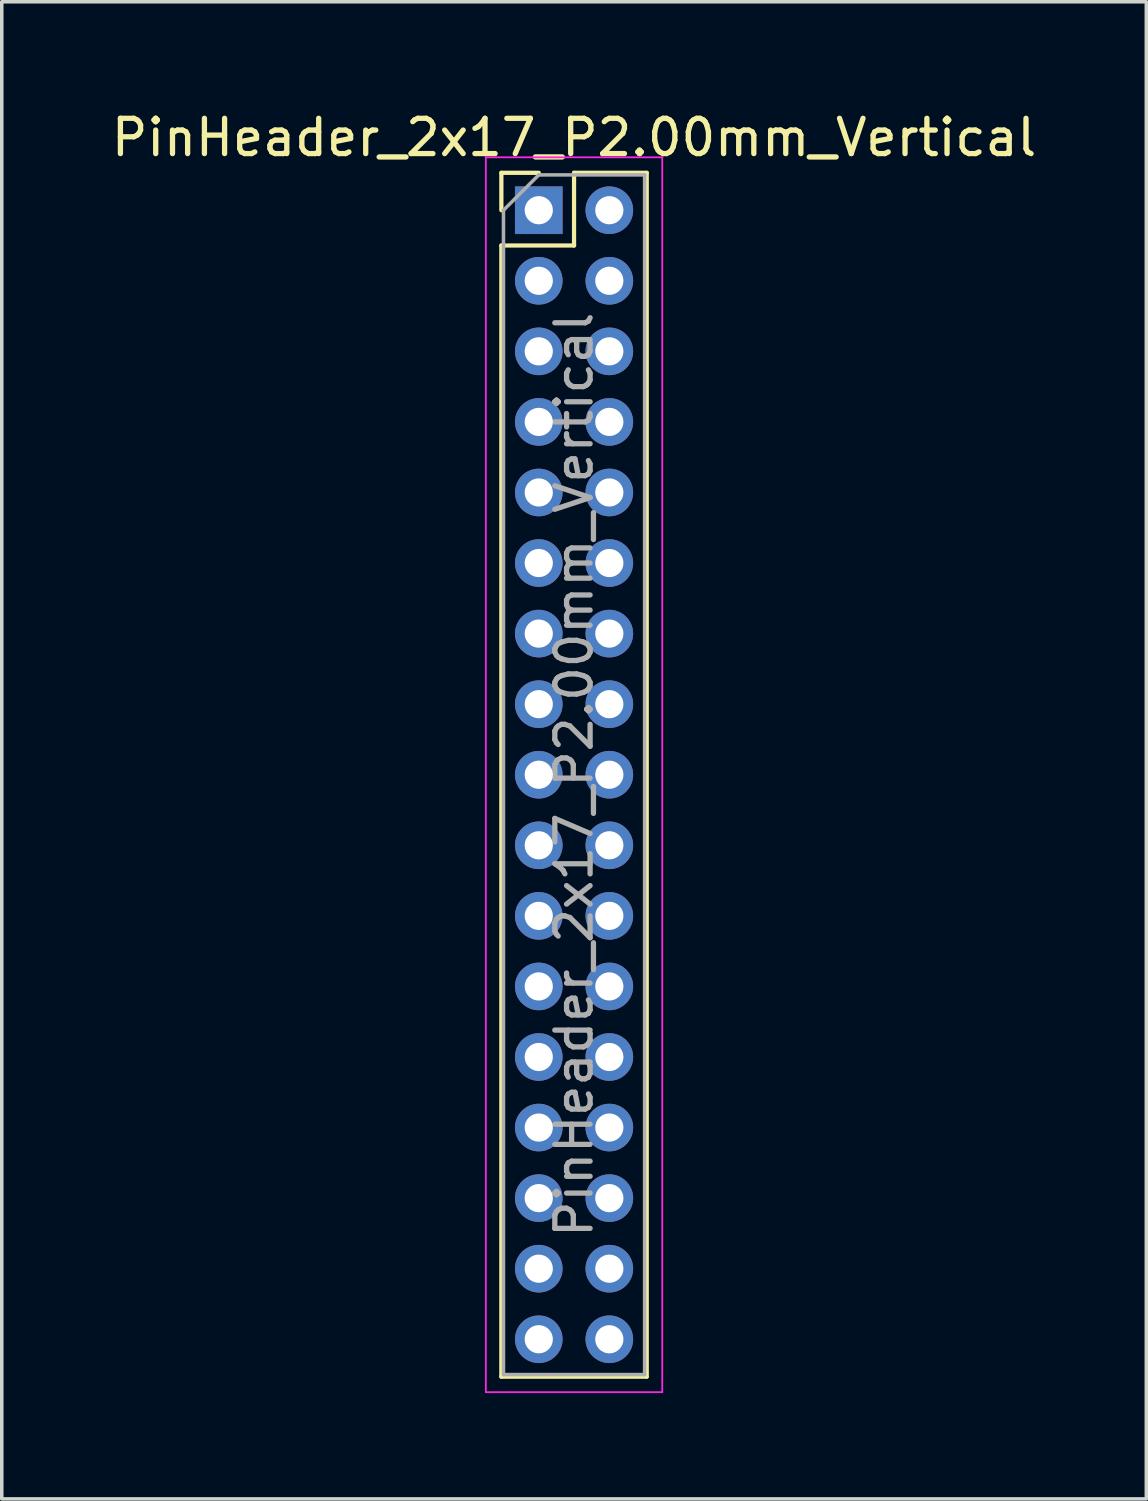
<source format=kicad_pcb>
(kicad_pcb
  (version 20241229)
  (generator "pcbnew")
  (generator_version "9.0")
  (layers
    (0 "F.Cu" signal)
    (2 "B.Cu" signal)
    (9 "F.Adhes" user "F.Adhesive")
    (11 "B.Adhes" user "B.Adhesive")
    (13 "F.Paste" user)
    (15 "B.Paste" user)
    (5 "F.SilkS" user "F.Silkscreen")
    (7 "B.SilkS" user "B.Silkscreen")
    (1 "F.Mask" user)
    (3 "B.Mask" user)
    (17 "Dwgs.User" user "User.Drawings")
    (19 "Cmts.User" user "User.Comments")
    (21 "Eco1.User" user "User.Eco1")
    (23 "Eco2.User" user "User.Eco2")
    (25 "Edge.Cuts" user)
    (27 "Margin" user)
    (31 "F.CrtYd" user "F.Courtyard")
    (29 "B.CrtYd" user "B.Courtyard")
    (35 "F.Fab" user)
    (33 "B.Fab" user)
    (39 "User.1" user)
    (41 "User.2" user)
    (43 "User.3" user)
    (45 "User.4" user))
  (footprint "PinHeader_2x17_P2.00mm_Vertical"
    (layer "F.Cu")
    (at 12.22 2.908)
    (property "Reference" "PinHeader_2x17_P2.00mm_Vertical" (at 1 -2.06 0) (layer "F.SilkS") (effects (font (size 1 1) (thickness 0.15))))
    (attr through_hole)
    (fp_line (start -1.06 -1.06) (end 0 -1.06) (stroke (width 0.12) (type solid)) (layer "F.SilkS"))
    (fp_line (start -1.06 0) (end -1.06 -1.06) (stroke (width 0.12) (type solid)) (layer "F.SilkS"))
    (fp_line (start -1.06 1) (end -1.06 33.06) (stroke (width 0.12) (type solid)) (layer "F.SilkS"))
    (fp_line (start -1.06 1) (end 1 1) (stroke (width 0.12) (type solid)) (layer "F.SilkS"))
    (fp_line (start -1.06 33.06) (end 3.06 33.06) (stroke (width 0.12) (type solid)) (layer "F.SilkS"))
    (fp_line (start 1 -1.06) (end 3.06 -1.06) (stroke (width 0.12) (type solid)) (layer "F.SilkS"))
    (fp_line (start 1 1) (end 1 -1.06) (stroke (width 0.12) (type solid)) (layer "F.SilkS"))
    (fp_line (start 3.06 -1.06) (end 3.06 33.06) (stroke (width 0.12) (type solid)) (layer "F.SilkS"))
    (fp_line (start -1.5 -1.5) (end -1.5 33.5) (stroke (width 0.05) (type solid)) (layer "F.CrtYd"))
    (fp_line (start -1.5 33.5) (end 3.5 33.5) (stroke (width 0.05) (type solid)) (layer "F.CrtYd"))
    (fp_line (start 3.5 -1.5) (end -1.5 -1.5) (stroke (width 0.05) (type solid)) (layer "F.CrtYd"))
    (fp_line (start 3.5 33.5) (end 3.5 -1.5) (stroke (width 0.05) (type solid)) (layer "F.CrtYd"))
    (fp_line (start -1 0) (end 0 -1) (stroke (width 0.1) (type solid)) (layer "F.Fab"))
    (fp_line (start -1 33) (end -1 0) (stroke (width 0.1) (type solid)) (layer "F.Fab"))
    (fp_line (start 0 -1) (end 3 -1) (stroke (width 0.1) (type solid)) (layer "F.Fab"))
    (fp_line (start 3 -1) (end 3 33) (stroke (width 0.1) (type solid)) (layer "F.Fab"))
    (fp_line (start 3 33) (end -1 33) (stroke (width 0.1) (type solid)) (layer "F.Fab"))
    (fp_text user "${REFERENCE}" (at 1 16 90) (layer "F.Fab") (effects (font (size 1 1) (thickness 0.15))))
    (pad "1" thru_hole rect (at 0 0) (size 1.35 1.35) (drill 0.8) (layers "*.Cu" "*.Mask"))
    (pad "2" thru_hole oval (at 2 0) (size 1.35 1.35) (drill 0.8) (layers "*.Cu" "*.Mask"))
    (pad "3" thru_hole oval (at 0 2) (size 1.35 1.35) (drill 0.8) (layers "*.Cu" "*.Mask"))
    (pad "4" thru_hole oval (at 2 2) (size 1.35 1.35) (drill 0.8) (layers "*.Cu" "*.Mask"))
    (pad "5" thru_hole oval (at 0 4) (size 1.35 1.35) (drill 0.8) (layers "*.Cu" "*.Mask"))
    (pad "6" thru_hole oval (at 2 4) (size 1.35 1.35) (drill 0.8) (layers "*.Cu" "*.Mask"))
    (pad "7" thru_hole oval (at 0 6) (size 1.35 1.35) (drill 0.8) (layers "*.Cu" "*.Mask"))
    (pad "8" thru_hole oval (at 2 6) (size 1.35 1.35) (drill 0.8) (layers "*.Cu" "*.Mask"))
    (pad "9" thru_hole oval (at 0 8) (size 1.35 1.35) (drill 0.8) (layers "*.Cu" "*.Mask"))
    (pad "10" thru_hole oval (at 2 8) (size 1.35 1.35) (drill 0.8) (layers "*.Cu" "*.Mask"))
    (pad "11" thru_hole oval (at 0 10) (size 1.35 1.35) (drill 0.8) (layers "*.Cu" "*.Mask"))
    (pad "12" thru_hole oval (at 2 10) (size 1.35 1.35) (drill 0.8) (layers "*.Cu" "*.Mask"))
    (pad "13" thru_hole oval (at 0 12) (size 1.35 1.35) (drill 0.8) (layers "*.Cu" "*.Mask"))
    (pad "14" thru_hole oval (at 2 12) (size 1.35 1.35) (drill 0.8) (layers "*.Cu" "*.Mask"))
    (pad "15" thru_hole oval (at 0 14) (size 1.35 1.35) (drill 0.8) (layers "*.Cu" "*.Mask"))
    (pad "16" thru_hole oval (at 2 14) (size 1.35 1.35) (drill 0.8) (layers "*.Cu" "*.Mask"))
    (pad "17" thru_hole oval (at 0 16) (size 1.35 1.35) (drill 0.8) (layers "*.Cu" "*.Mask"))
    (pad "18" thru_hole oval (at 2 16) (size 1.35 1.35) (drill 0.8) (layers "*.Cu" "*.Mask"))
    (pad "19" thru_hole oval (at 0 18) (size 1.35 1.35) (drill 0.8) (layers "*.Cu" "*.Mask"))
    (pad "20" thru_hole oval (at 2 18) (size 1.35 1.35) (drill 0.8) (layers "*.Cu" "*.Mask"))
    (pad "21" thru_hole oval (at 0 20) (size 1.35 1.35) (drill 0.8) (layers "*.Cu" "*.Mask"))
    (pad "22" thru_hole oval (at 2 20) (size 1.35 1.35) (drill 0.8) (layers "*.Cu" "*.Mask"))
    (pad "23" thru_hole oval (at 0 22) (size 1.35 1.35) (drill 0.8) (layers "*.Cu" "*.Mask"))
    (pad "24" thru_hole oval (at 2 22) (size 1.35 1.35) (drill 0.8) (layers "*.Cu" "*.Mask"))
    (pad "25" thru_hole oval (at 0 24) (size 1.35 1.35) (drill 0.8) (layers "*.Cu" "*.Mask"))
    (pad "26" thru_hole oval (at 2 24) (size 1.35 1.35) (drill 0.8) (layers "*.Cu" "*.Mask"))
    (pad "27" thru_hole oval (at 0 26) (size 1.35 1.35) (drill 0.8) (layers "*.Cu" "*.Mask"))
    (pad "28" thru_hole oval (at 2 26) (size 1.35 1.35) (drill 0.8) (layers "*.Cu" "*.Mask"))
    (pad "29" thru_hole oval (at 0 28) (size 1.35 1.35) (drill 0.8) (layers "*.Cu" "*.Mask"))
    (pad "30" thru_hole oval (at 2 28) (size 1.35 1.35) (drill 0.8) (layers "*.Cu" "*.Mask"))
    (pad "31" thru_hole oval (at 0 30) (size 1.35 1.35) (drill 0.8) (layers "*.Cu" "*.Mask"))
    (pad "32" thru_hole oval (at 2 30) (size 1.35 1.35) (drill 0.8) (layers "*.Cu" "*.Mask"))
    (pad "33" thru_hole oval (at 0 32) (size 1.35 1.35) (drill 0.8) (layers "*.Cu" "*.Mask"))
    (pad "34" thru_hole oval (at 2 32) (size 1.35 1.35) (drill 0.8) (layers "*.Cu" "*.Mask")))
  (gr_rect
    (start -3 -3)
    (end 29.44 39.433)
    (stroke (width 0.1) (type default))
    (fill no)
    (layer "Edge.Cuts")))
</source>
